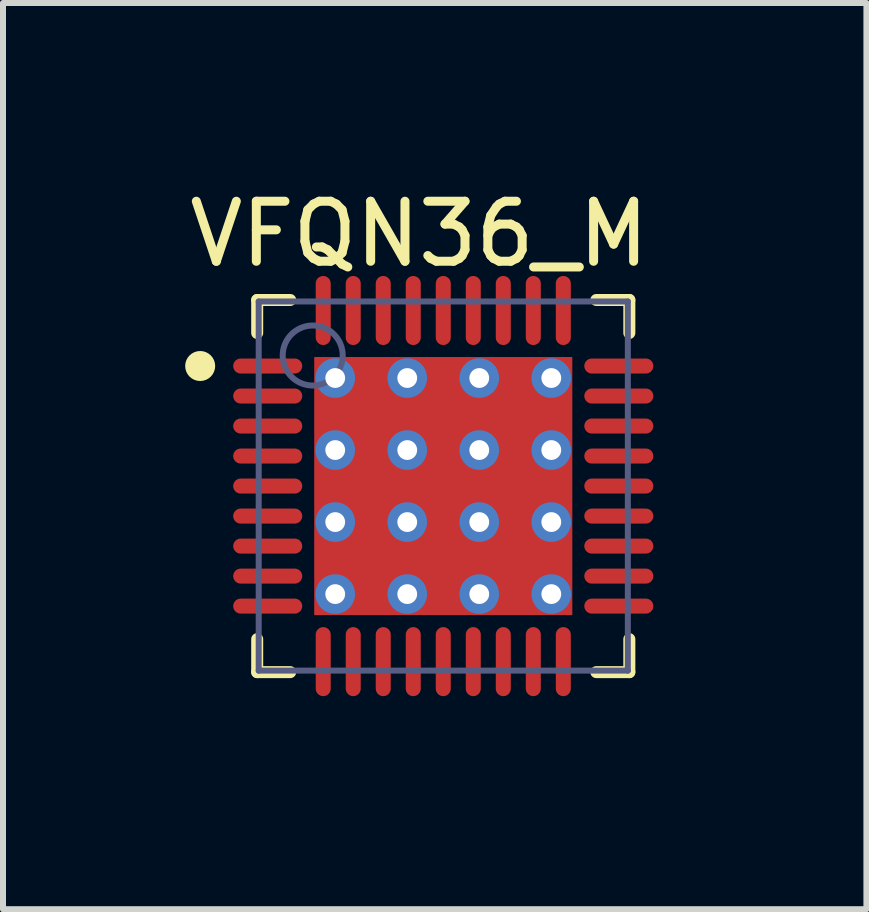
<source format=kicad_pcb>
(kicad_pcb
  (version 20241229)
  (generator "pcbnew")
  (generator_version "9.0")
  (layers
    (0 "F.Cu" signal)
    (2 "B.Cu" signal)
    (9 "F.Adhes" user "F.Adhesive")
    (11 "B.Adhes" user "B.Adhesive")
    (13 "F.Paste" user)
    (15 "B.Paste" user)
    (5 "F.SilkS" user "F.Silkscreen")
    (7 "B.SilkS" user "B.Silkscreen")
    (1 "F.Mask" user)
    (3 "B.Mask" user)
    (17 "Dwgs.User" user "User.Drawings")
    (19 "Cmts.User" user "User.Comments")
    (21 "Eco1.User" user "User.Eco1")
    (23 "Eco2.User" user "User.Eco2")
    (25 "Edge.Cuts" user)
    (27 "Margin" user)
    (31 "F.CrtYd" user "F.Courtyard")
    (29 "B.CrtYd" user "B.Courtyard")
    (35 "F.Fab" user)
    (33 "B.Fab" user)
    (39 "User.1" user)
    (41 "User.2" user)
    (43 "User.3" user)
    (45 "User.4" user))
  (footprint "VFQN36_M"
    (layer "F.Cu")
    (at 4.335 5.048)
    (property "Reference" "VFQN36_M" (at -0.4 -4.2 0) (layer "F.SilkS") (effects (font (size 1 1) (thickness 0.15))))
    (fp_line (start -3.1 -3.1) (end -2.55 -3.1) (stroke (width 0.2) (type solid)) (layer "F.SilkS"))
    (fp_line (start -3.1 -2.55) (end -3.1 -3.1) (stroke (width 0.2) (type solid)) (layer "F.SilkS"))
    (fp_line (start -3.1 3.1) (end -3.1 2.55) (stroke (width 0.2) (type solid)) (layer "F.SilkS"))
    (fp_line (start -3.1 3.1) (end -2.55 3.1) (stroke (width 0.2) (type solid)) (layer "F.SilkS"))
    (fp_line (start 2.55 -3.1) (end 3.1 -3.1) (stroke (width 0.2) (type solid)) (layer "F.SilkS"))
    (fp_line (start 2.55 3.1) (end 3.1 3.1) (stroke (width 0.2) (type solid)) (layer "F.SilkS"))
    (fp_line (start 3.1 -2.55) (end 3.1 -3.1) (stroke (width 0.2) (type solid)) (layer "F.SilkS"))
    (fp_line (start 3.1 3.1) (end 3.1 2.55) (stroke (width 0.2) (type solid)) (layer "F.SilkS"))
    (fp_circle (center -4.05 -2) (end -4.05 -2.125) (stroke (width 0.25) (type solid)) (fill no) (layer "F.SilkS"))
    (fp_line (start -4 -4) (end 4 -4) (stroke (width 0.1) (type solid)) (layer "Eco2.User"))
    (fp_line (start -4 4) (end -4 -4) (stroke (width 0.1) (type solid)) (layer "Eco2.User"))
    (fp_line (start -4 4) (end 4 4) (stroke (width 0.1) (type solid)) (layer "Eco2.User"))
    (fp_line (start -0.5 0) (end 0.5 0) (stroke (width 0.1) (type solid)) (layer "Eco2.User"))
    (fp_line (start 0 0.5) (end 0 -0.5) (stroke (width 0.1) (type solid)) (layer "Eco2.User"))
    (fp_line (start 4 4) (end 4 -4) (stroke (width 0.1) (type solid)) (layer "Eco2.User"))
    (fp_line (start -3.075 -3.075) (end 3.075 -3.075) (stroke (width 0.1) (type solid)) (layer "B.Fab"))
    (fp_line (start -3.075 3.075) (end -3.075 -3.075) (stroke (width 0.1) (type solid)) (layer "B.Fab"))
    (fp_line (start -3.075 3.075) (end 3.075 3.075) (stroke (width 0.1) (type solid)) (layer "B.Fab"))
    (fp_line (start 3.075 3.075) (end 3.075 -3.075) (stroke (width 0.1) (type solid)) (layer "B.Fab"))
    (fp_circle (center -2.175 -2.175) (end -2.175 -2.675) (stroke (width 0.1) (type solid)) (fill no) (layer "B.Fab"))
    (pad "1" smd oval (at -2.925 -2 90) (size 0.25 1.15) (layers "F.Cu" "F.Mask" "F.Paste"))
    (pad "2" smd oval (at -2.925 -1.5 90) (size 0.25 1.15) (layers "F.Cu" "F.Mask" "F.Paste"))
    (pad "3" smd oval (at -2.925 -1 90) (size 0.25 1.15) (layers "F.Cu" "F.Mask" "F.Paste"))
    (pad "4" smd oval (at -2.925 -0.5 90) (size 0.25 1.15) (layers "F.Cu" "F.Mask" "F.Paste"))
    (pad "5" smd oval (at -2.925 0 90) (size 0.25 1.15) (layers "F.Cu" "F.Mask" "F.Paste"))
    (pad "6" smd oval (at -2.925 0.5 90) (size 0.25 1.15) (layers "F.Cu" "F.Mask" "F.Paste"))
    (pad "7" smd oval (at -2.925 1 90) (size 0.25 1.15) (layers "F.Cu" "F.Mask" "F.Paste"))
    (pad "8" smd oval (at -2.925 1.5 90) (size 0.25 1.15) (layers "F.Cu" "F.Mask" "F.Paste"))
    (pad "9" smd oval (at -2.925 2 90) (size 0.25 1.15) (layers "F.Cu" "F.Mask" "F.Paste"))
    (pad "10" smd oval (at -2 2.925) (size 0.25 1.15) (layers "F.Cu" "F.Mask" "F.Paste"))
    (pad "11" smd oval (at -1.5 2.925) (size 0.25 1.15) (layers "F.Cu" "F.Mask" "F.Paste"))
    (pad "12" smd oval (at -1 2.925) (size 0.25 1.15) (layers "F.Cu" "F.Mask" "F.Paste"))
    (pad "13" smd oval (at -0.5 2.925) (size 0.25 1.15) (layers "F.Cu" "F.Mask" "F.Paste"))
    (pad "14" smd oval (at 0 2.925) (size 0.25 1.15) (layers "F.Cu" "F.Mask" "F.Paste"))
    (pad "15" smd oval (at 0.5 2.925) (size 0.25 1.15) (layers "F.Cu" "F.Mask" "F.Paste"))
    (pad "16" smd oval (at 1 2.925) (size 0.25 1.15) (layers "F.Cu" "F.Mask" "F.Paste"))
    (pad "17" smd oval (at 1.5 2.925) (size 0.25 1.15) (layers "F.Cu" "F.Mask" "F.Paste"))
    (pad "18" smd oval (at 2 2.925) (size 0.25 1.15) (layers "F.Cu" "F.Mask" "F.Paste"))
    (pad "19" smd oval (at 2.925 2 90) (size 0.25 1.15) (layers "F.Cu" "F.Mask" "F.Paste"))
    (pad "20" smd oval (at 2.925 1.5 90) (size 0.25 1.15) (layers "F.Cu" "F.Mask" "F.Paste"))
    (pad "21" smd oval (at 2.925 1 90) (size 0.25 1.15) (layers "F.Cu" "F.Mask" "F.Paste"))
    (pad "22" smd oval (at 2.925 0.5 90) (size 0.25 1.15) (layers "F.Cu" "F.Mask" "F.Paste"))
    (pad "23" smd oval (at 2.925 0 90) (size 0.25 1.15) (layers "F.Cu" "F.Mask" "F.Paste"))
    (pad "24" smd oval (at 2.925 -0.5 90) (size 0.25 1.15) (layers "F.Cu" "F.Mask" "F.Paste"))
    (pad "25" smd oval (at 2.925 -1 90) (size 0.25 1.15) (layers "F.Cu" "F.Mask" "F.Paste"))
    (pad "26" smd oval (at 2.925 -1.5 90) (size 0.25 1.15) (layers "F.Cu" "F.Mask" "F.Paste"))
    (pad "27" smd oval (at 2.925 -2 90) (size 0.25 1.15) (layers "F.Cu" "F.Mask" "F.Paste"))
    (pad "28" smd oval (at 2 -2.925) (size 0.25 1.15) (layers "F.Cu" "F.Mask" "F.Paste"))
    (pad "29" smd oval (at 1.5 -2.925) (size 0.25 1.15) (layers "F.Cu" "F.Mask" "F.Paste"))
    (pad "30" smd oval (at 1 -2.925) (size 0.25 1.15) (layers "F.Cu" "F.Mask" "F.Paste"))
    (pad "31" smd oval (at 0.5 -2.925) (size 0.25 1.15) (layers "F.Cu" "F.Mask" "F.Paste"))
    (pad "32" smd oval (at 0 -2.925) (size 0.25 1.15) (layers "F.Cu" "F.Mask" "F.Paste"))
    (pad "33" smd oval (at -0.5 -2.925) (size 0.25 1.15) (layers "F.Cu" "F.Mask" "F.Paste"))
    (pad "34" smd oval (at -1 -2.925) (size 0.25 1.15) (layers "F.Cu" "F.Mask" "F.Paste"))
    (pad "35" smd oval (at -1.5 -2.925) (size 0.25 1.15) (layers "F.Cu" "F.Mask" "F.Paste"))
    (pad "36" smd oval (at -2 -2.925) (size 0.25 1.15) (layers "F.Cu" "F.Mask" "F.Paste"))
    (pad "37" thru_hole circle (at -1.8 -1.8) (size 0.66 0.66) (drill 0.33) (layers "*.Cu" "B.Mask"))
    (pad "37" thru_hole circle (at -1.8 -0.6) (size 0.66 0.66) (drill 0.33) (layers "*.Cu" "B.Mask"))
    (pad "37" thru_hole circle (at -1.8 0.6) (size 0.66 0.66) (drill 0.33) (layers "*.Cu" "B.Mask"))
    (pad "37" thru_hole circle (at -1.8 1.8) (size 0.66 0.66) (drill 0.33) (layers "*.Cu" "B.Mask"))
    (pad "37" thru_hole circle (at -0.6 -1.8) (size 0.66 0.66) (drill 0.33) (layers "*.Cu" "B.Mask"))
    (pad "37" thru_hole circle (at -0.6 -0.6) (size 0.66 0.66) (drill 0.33) (layers "*.Cu" "B.Mask"))
    (pad "37" thru_hole circle (at -0.6 0.6) (size 0.66 0.66) (drill 0.33) (layers "*.Cu" "B.Mask"))
    (pad "37" thru_hole circle (at -0.6 1.8) (size 0.66 0.66) (drill 0.33) (layers "*.Cu" "B.Mask"))
    (pad "37" smd rect (at 0 0) (size 4.3 4.3) (layers "F.Cu" "F.Mask" "F.Paste"))
    (pad "37" thru_hole circle (at 0.6 -1.8) (size 0.66 0.66) (drill 0.33) (layers "*.Cu" "B.Mask"))
    (pad "37" thru_hole circle (at 0.6 -0.6) (size 0.66 0.66) (drill 0.33) (layers "*.Cu" "B.Mask"))
    (pad "37" thru_hole circle (at 0.6 0.6) (size 0.66 0.66) (drill 0.33) (layers "*.Cu" "B.Mask"))
    (pad "37" thru_hole circle (at 0.6 1.8) (size 0.66 0.66) (drill 0.33) (layers "*.Cu" "B.Mask"))
    (pad "37" thru_hole circle (at 1.8 -1.8) (size 0.66 0.66) (drill 0.33) (layers "*.Cu" "B.Mask"))
    (pad "37" thru_hole circle (at 1.8 -0.6) (size 0.66 0.66) (drill 0.33) (layers "*.Cu" "B.Mask"))
    (pad "37" thru_hole circle (at 1.8 0.6) (size 0.66 0.66) (drill 0.33) (layers "*.Cu" "B.Mask"))
    (pad "37" thru_hole circle (at 1.8 1.8) (size 0.66 0.66) (drill 0.33) (layers "*.Cu" "B.Mask")))
  (gr_rect
    (start -3 -3)
    (end 11.385 12.098)
    (stroke (width 0.1) (type default))
    (fill no)
    (layer "Edge.Cuts")))
</source>
